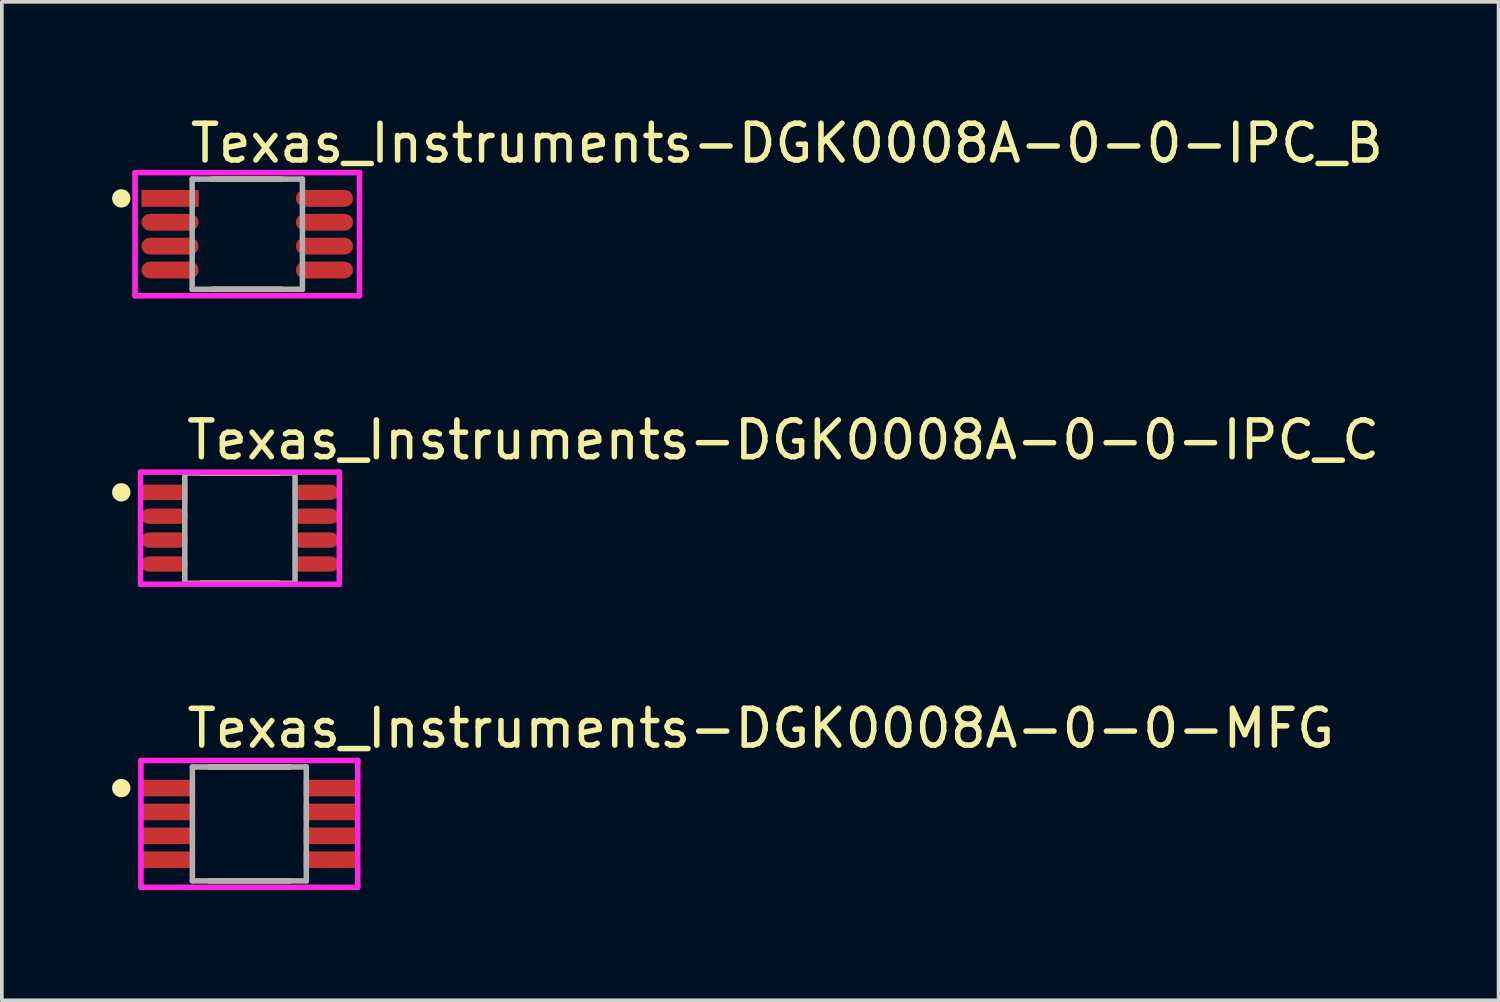
<source format=kicad_pcb>
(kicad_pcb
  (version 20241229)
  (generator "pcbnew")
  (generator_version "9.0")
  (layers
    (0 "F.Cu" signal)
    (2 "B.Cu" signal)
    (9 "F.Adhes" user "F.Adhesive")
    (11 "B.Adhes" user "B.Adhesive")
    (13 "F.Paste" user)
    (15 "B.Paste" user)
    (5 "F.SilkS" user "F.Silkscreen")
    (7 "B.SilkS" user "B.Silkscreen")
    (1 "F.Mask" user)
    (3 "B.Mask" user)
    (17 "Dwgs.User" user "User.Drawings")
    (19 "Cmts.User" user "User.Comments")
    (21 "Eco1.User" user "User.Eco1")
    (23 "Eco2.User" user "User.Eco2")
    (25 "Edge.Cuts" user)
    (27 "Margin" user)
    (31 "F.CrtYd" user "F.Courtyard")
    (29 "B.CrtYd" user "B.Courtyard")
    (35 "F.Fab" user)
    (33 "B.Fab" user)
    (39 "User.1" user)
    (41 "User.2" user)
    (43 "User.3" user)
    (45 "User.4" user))
  (footprint "Texas_Instruments-DGK0008A-0-0-MFG"
    (layer "F.Cu")
    (at 3.735 19.37)
    (property "Reference" "Texas_Instruments-DGK0008A-0-0-MFG" (at -1.775 -2.6 0) (layer "F.SilkS") (effects (font (size 1 1) (thickness 0.15)) (justify left)))
    (attr through_hole)
    (fp_line (start -1.1 -1.55) (end 1.1 -1.55) (stroke (width 0.15) (type solid)) (layer "F.SilkS"))
    (fp_line (start -1.1 1.55) (end 1.1 1.55) (stroke (width 0.15) (type solid)) (layer "F.SilkS"))
    (fp_circle (center -3.485 -0.975) (end -3.36 -0.975) (stroke (width 0.25) (type solid)) (fill no) (layer "F.SilkS"))
    (fp_line (start -2.95 -1.725) (end -2.95 1.725) (stroke (width 0.15) (type solid)) (layer "F.CrtYd"))
    (fp_line (start -2.95 1.725) (end 2.95 1.725) (stroke (width 0.15) (type solid)) (layer "F.CrtYd"))
    (fp_line (start 2.95 -1.725) (end -2.95 -1.725) (stroke (width 0.15) (type solid)) (layer "F.CrtYd"))
    (fp_line (start 2.95 -1.725) (end 2.95 -1.725) (stroke (width 0.15) (type solid)) (layer "F.CrtYd"))
    (fp_line (start 2.95 1.725) (end 2.95 -1.725) (stroke (width 0.15) (type solid)) (layer "F.CrtYd"))
    (fp_line (start -1.55 -1.55) (end 1.55 -1.55) (stroke (width 0.15) (type solid)) (layer "F.Fab"))
    (fp_line (start -1.55 1.55) (end -1.55 -1.55) (stroke (width 0.15) (type solid)) (layer "F.Fab"))
    (fp_line (start 1.55 -1.55) (end 1.55 1.55) (stroke (width 0.15) (type solid)) (layer "F.Fab"))
    (fp_line (start 1.55 1.55) (end -1.55 1.55) (stroke (width 0.15) (type solid)) (layer "F.Fab"))
    (pad "1" smd rect (at -2.2 -0.975) (size 1.45 0.45) (layers "F.Cu" "F.Mask" "F.Paste"))
    (pad "2" smd rect (at -2.2 -0.325) (size 1.45 0.45) (layers "F.Cu" "F.Mask" "F.Paste"))
    (pad "3" smd rect (at -2.2 0.325) (size 1.45 0.45) (layers "F.Cu" "F.Mask" "F.Paste"))
    (pad "4" smd rect (at -2.2 0.975) (size 1.45 0.45) (layers "F.Cu" "F.Mask" "F.Paste"))
    (pad "5" smd rect (at 2.2 0.975) (size 1.45 0.45) (layers "F.Cu" "F.Mask" "F.Paste"))
    (pad "6" smd rect (at 2.2 0.325) (size 1.45 0.45) (layers "F.Cu" "F.Mask" "F.Paste"))
    (pad "7" smd rect (at 2.2 -0.325) (size 1.45 0.45) (layers "F.Cu" "F.Mask" "F.Paste"))
    (pad "8" smd rect (at 2.2 -0.975) (size 1.45 0.45) (layers "F.Cu" "F.Mask" "F.Paste")))
  (footprint "Texas_Instruments-DGK0008A-0-0-IPC_C"
    (layer "F.Cu")
    (at 3.479 11.322)
    (property "Reference" "Texas_Instruments-DGK0008A-0-0-IPC_C" (at -1.529 -2.4 0) (layer "F.SilkS") (effects (font (size 1 1) (thickness 0.15)) (justify left)))
    (attr through_hole)
    (fp_line (start -1.048 -1.5) (end 1.048 -1.5) (stroke (width 0.15) (type solid)) (layer "F.SilkS"))
    (fp_line (start -1.048 1.5) (end 1.048 1.5) (stroke (width 0.15) (type solid)) (layer "F.SilkS"))
    (fp_circle (center -3.229 -0.975) (end -3.104 -0.975) (stroke (width 0.25) (type solid)) (fill no) (layer "F.SilkS"))
    (fp_line (start -2.704 -1.525) (end -2.704 1.525) (stroke (width 0.15) (type solid)) (layer "F.CrtYd"))
    (fp_line (start -2.704 1.525) (end 2.704 1.525) (stroke (width 0.15) (type solid)) (layer "F.CrtYd"))
    (fp_line (start 2.704 -1.525) (end -2.704 -1.525) (stroke (width 0.15) (type solid)) (layer "F.CrtYd"))
    (fp_line (start 2.704 -1.525) (end 2.704 -1.525) (stroke (width 0.15) (type solid)) (layer "F.CrtYd"))
    (fp_line (start 2.704 1.525) (end 2.704 -1.525) (stroke (width 0.15) (type solid)) (layer "F.CrtYd"))
    (fp_line (start -1.5 -1.5) (end 1.5 -1.5) (stroke (width 0.15) (type solid)) (layer "F.Fab"))
    (fp_line (start -1.5 1.5) (end -1.5 -1.5) (stroke (width 0.15) (type solid)) (layer "F.Fab"))
    (fp_line (start 1.5 -1.5) (end 1.5 1.5) (stroke (width 0.15) (type solid)) (layer "F.Fab"))
    (fp_line (start 1.5 1.5) (end -1.5 1.5) (stroke (width 0.15) (type solid)) (layer "F.Fab"))
    (pad "1" smd rect (at -2.051 -0.975) (size 1.257 0.418) (layers "F.Cu" "F.Mask" "F.Paste"))
    (pad "2" smd roundrect (at -2.051 -0.325) (size 1.257 0.418) (layers "F.Cu" "F.Mask" "F.Paste") (roundrect_rratio 0.5))
    (pad "3" smd roundrect (at -2.051 0.325) (size 1.257 0.418) (layers "F.Cu" "F.Mask" "F.Paste") (roundrect_rratio 0.5))
    (pad "4" smd roundrect (at -2.051 0.975) (size 1.257 0.418) (layers "F.Cu" "F.Mask" "F.Paste") (roundrect_rratio 0.5))
    (pad "5" smd roundrect (at 2.051 0.975) (size 1.257 0.418) (layers "F.Cu" "F.Mask" "F.Paste") (roundrect_rratio 0.5))
    (pad "6" smd roundrect (at 2.051 0.325) (size 1.257 0.418) (layers "F.Cu" "F.Mask" "F.Paste") (roundrect_rratio 0.5))
    (pad "7" smd roundrect (at 2.051 -0.325) (size 1.257 0.418) (layers "F.Cu" "F.Mask" "F.Paste") (roundrect_rratio 0.5))
    (pad "8" smd roundrect (at 2.051 -0.975) (size 1.257 0.418) (layers "F.Cu" "F.Mask" "F.Paste") (roundrect_rratio 0.5)))
  (footprint "Texas_Instruments-DGK0008A-0-0-IPC_B"
    (layer "F.Cu")
    (at 3.679 3.323)
    (property "Reference" "Texas_Instruments-DGK0008A-0-0-IPC_B" (at -1.629 -2.475 0) (layer "F.SilkS") (effects (font (size 1 1) (thickness 0.15)) (justify left)))
    (attr through_hole)
    (fp_line (start -0.948 -1.5) (end 0.948 -1.5) (stroke (width 0.15) (type solid)) (layer "F.SilkS"))
    (fp_line (start -0.948 1.5) (end 0.948 1.5) (stroke (width 0.15) (type solid)) (layer "F.SilkS"))
    (fp_circle (center -3.429 -0.975) (end -3.304 -0.975) (stroke (width 0.25) (type solid)) (fill no) (layer "F.SilkS"))
    (fp_line (start -3.054 -1.675) (end -3.054 1.675) (stroke (width 0.15) (type solid)) (layer "F.CrtYd"))
    (fp_line (start -3.054 1.675) (end 3.054 1.675) (stroke (width 0.15) (type solid)) (layer "F.CrtYd"))
    (fp_line (start 3.054 -1.675) (end -3.054 -1.675) (stroke (width 0.15) (type solid)) (layer "F.CrtYd"))
    (fp_line (start 3.054 -1.675) (end 3.054 -1.675) (stroke (width 0.15) (type solid)) (layer "F.CrtYd"))
    (fp_line (start 3.054 1.675) (end 3.054 -1.675) (stroke (width 0.15) (type solid)) (layer "F.CrtYd"))
    (fp_line (start -1.5 -1.5) (end 1.5 -1.5) (stroke (width 0.15) (type solid)) (layer "F.Fab"))
    (fp_line (start -1.5 1.5) (end -1.5 -1.5) (stroke (width 0.15) (type solid)) (layer "F.Fab"))
    (fp_line (start 1.5 -1.5) (end 1.5 1.5) (stroke (width 0.15) (type solid)) (layer "F.Fab"))
    (fp_line (start 1.5 1.5) (end -1.5 1.5) (stroke (width 0.15) (type solid)) (layer "F.Fab"))
    (pad "1" smd rect (at -2.101 -0.975) (size 1.557 0.458) (layers "F.Cu" "F.Mask" "F.Paste"))
    (pad "2" smd roundrect (at -2.101 -0.325) (size 1.557 0.458) (layers "F.Cu" "F.Mask" "F.Paste") (roundrect_rratio 0.5))
    (pad "3" smd roundrect (at -2.101 0.325) (size 1.557 0.458) (layers "F.Cu" "F.Mask" "F.Paste") (roundrect_rratio 0.5))
    (pad "4" smd roundrect (at -2.101 0.975) (size 1.557 0.458) (layers "F.Cu" "F.Mask" "F.Paste") (roundrect_rratio 0.5))
    (pad "5" smd roundrect (at 2.101 0.975) (size 1.557 0.458) (layers "F.Cu" "F.Mask" "F.Paste") (roundrect_rratio 0.5))
    (pad "6" smd roundrect (at 2.101 0.325) (size 1.557 0.458) (layers "F.Cu" "F.Mask" "F.Paste") (roundrect_rratio 0.5))
    (pad "7" smd roundrect (at 2.101 -0.325) (size 1.557 0.458) (layers "F.Cu" "F.Mask" "F.Paste") (roundrect_rratio 0.5))
    (pad "8" smd roundrect (at 2.101 -0.975) (size 1.557 0.458) (layers "F.Cu" "F.Mask" "F.Paste") (roundrect_rratio 0.5)))
  (gr_rect
    (start -3 -3)
    (end 37.729 24.17)
    (stroke (width 0.1) (type default))
    (fill no)
    (layer "Edge.Cuts")))
</source>
